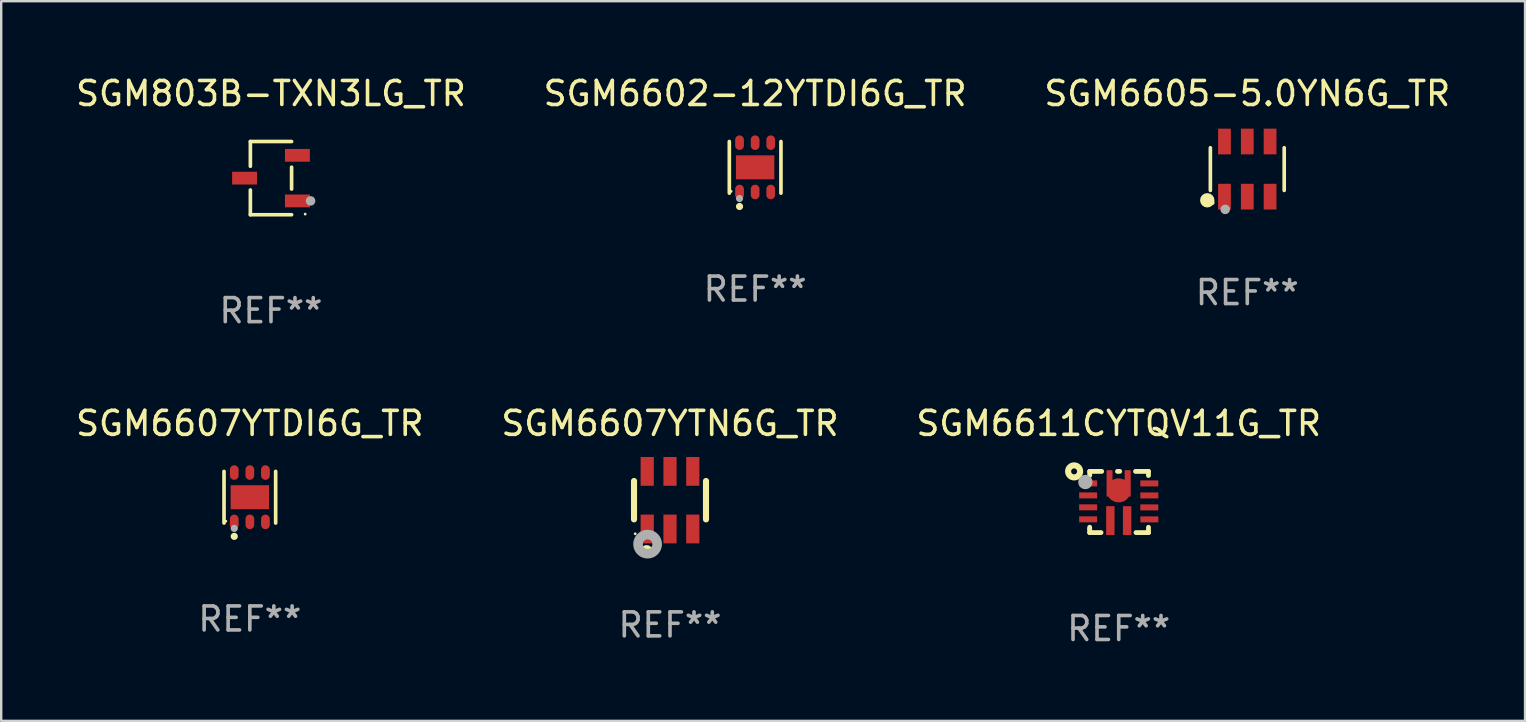
<source format=kicad_pcb>
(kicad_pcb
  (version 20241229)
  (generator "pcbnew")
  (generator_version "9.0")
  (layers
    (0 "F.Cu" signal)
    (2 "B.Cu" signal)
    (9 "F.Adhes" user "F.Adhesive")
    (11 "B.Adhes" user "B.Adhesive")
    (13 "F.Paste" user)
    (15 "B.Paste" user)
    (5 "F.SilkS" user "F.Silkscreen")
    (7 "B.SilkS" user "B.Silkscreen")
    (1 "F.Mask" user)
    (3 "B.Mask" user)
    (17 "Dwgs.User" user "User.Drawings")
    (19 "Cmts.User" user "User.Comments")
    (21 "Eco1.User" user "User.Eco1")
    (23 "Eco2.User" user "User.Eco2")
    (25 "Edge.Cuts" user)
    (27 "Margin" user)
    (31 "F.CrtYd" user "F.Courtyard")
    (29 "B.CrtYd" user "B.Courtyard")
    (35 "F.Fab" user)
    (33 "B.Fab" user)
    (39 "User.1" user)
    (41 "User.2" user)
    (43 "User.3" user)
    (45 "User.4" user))
  (footprint "SGM6605-5.0YN6G_TR"
    (layer "F.Cu")
    (at 48.935 3.997)
    (property "Reference" "SGM6605-5.0YN6G_TR" (at 0 -3.149 0) (layer "F.SilkS") (effects (font (size 1 1) (thickness 0.15))))
    (attr through_hole)
    (fp_line (start -1.539 0.889) (end -1.539 -0.889) (stroke (width 0.152) (type solid)) (layer "F.SilkS"))
    (fp_line (start 1.539 0.889) (end 1.539 -0.889) (stroke (width 0.152) (type solid)) (layer "F.SilkS"))
    (fp_circle (center -1.668 1.301) (end -1.518 1.301) (stroke (width 0.3) (type solid)) (fill no) (layer "F.SilkS"))
    (fp_circle (center -1.463 1.4) (end -1.413 1.4) (stroke (width 0.1) (type solid)) (fill no) (layer "F.SilkS"))
    (fp_circle (center -0.92 1.68) (end -0.82 1.68) (stroke (width 0.2) (type solid)) (fill no) (layer "F.Fab"))
    (fp_text user "REF**" (at 0 5.149 0) (layer "F.Fab") (effects (font (size 1 1) (thickness 0.15))))
    (pad "1" smd rect (at -0.95 1.149) (size 0.532 1.072) (layers "F.Cu" "F.Mask" "F.Paste"))
    (pad "2" smd rect (at 0 1.149) (size 0.532 1.072) (layers "F.Cu" "F.Mask" "F.Paste"))
    (pad "3" smd rect (at 0.95 1.149) (size 0.532 1.072) (layers "F.Cu" "F.Mask" "F.Paste"))
    (pad "4" smd rect (at 0.95 -1.149) (size 0.532 1.072) (layers "F.Cu" "F.Mask" "F.Paste"))
    (pad "5" smd rect (at 0 -1.149) (size 0.532 1.072) (layers "F.Cu" "F.Mask" "F.Paste"))
    (pad "6" smd rect (at -0.95 -1.149) (size 0.532 1.072) (layers "F.Cu" "F.Mask" "F.Paste")))
  (footprint "SGM6607YTN6G_TR"
    (layer "F.Cu")
    (at 24.875 17.797)
    (property "Reference" "SGM6607YTN6G_TR" (at 0 -3.2 0) (layer "F.SilkS") (effects (font (size 1 1) (thickness 0.15))))
    (attr through_hole)
    (fp_line (start -1.5 0.8) (end -1.5 -0.8) (stroke (width 0.254) (type solid)) (layer "F.SilkS"))
    (fp_line (start 1.5 -0.8) (end 1.5 0.8) (stroke (width 0.254) (type solid)) (layer "F.SilkS"))
    (fp_circle (center -1.45 1.4) (end -1.42 1.4) (stroke (width 0.06) (type solid)) (fill no) (layer "F.SilkS"))
    (fp_circle (center -0.975 2.125) (end -0.848 2.125) (stroke (width 0.254) (type solid)) (fill no) (layer "F.SilkS"))
    (fp_circle (center -0.934 1.832) (end -0.735 1.832) (stroke (width 0.4) (type solid)) (fill no) (layer "F.Fab"))
    (fp_text user "REF**" (at 0 5.2 0) (layer "F.Fab") (effects (font (size 1 1) (thickness 0.15))))
    (pad "1" smd rect (at -0.95 1.2) (size 0.55 1.2) (layers "F.Cu" "F.Mask" "F.Paste"))
    (pad "2" smd rect (at 0 1.2) (size 0.55 1.2) (layers "F.Cu" "F.Mask" "F.Paste"))
    (pad "3" smd rect (at 0.95 1.2) (size 0.55 1.2) (layers "F.Cu" "F.Mask" "F.Paste"))
    (pad "4" smd rect (at 0.95 -1.2) (size 0.55 1.2) (layers "F.Cu" "F.Mask" "F.Paste"))
    (pad "5" smd rect (at 0 -1.2) (size 0.55 1.2) (layers "F.Cu" "F.Mask" "F.Paste"))
    (pad "6" smd rect (at -0.95 -1.2) (size 0.55 1.2) (layers "F.Cu" "F.Mask" "F.Paste")))
  (footprint "SGM6611CYTQV11G_TR"
    (layer "F.Cu")
    (at 43.577 17.872)
    (property "Reference" "SGM6611CYTQV11G_TR" (at 0 -3.275 0) (layer "F.SilkS") (effects (font (size 1 1) (thickness 0.15))))
    (attr through_hole)
    (fp_line (start -1.21 -1.275) (end -0.71 -1.275) (stroke (width 0.2) (type solid)) (layer "F.SilkS"))
    (fp_line (start -1.21 -1.104) (end -1.21 -1.275) (stroke (width 0.2) (type solid)) (layer "F.SilkS"))
    (fp_line (start -1.21 1.125) (end -1.21 1.052) (stroke (width 0.2) (type solid)) (layer "F.SilkS"))
    (fp_line (start -1.21 1.275) (end -1.21 1.125) (stroke (width 0.2) (type solid)) (layer "F.SilkS"))
    (fp_line (start -0.739 1.275) (end -1.21 1.275) (stroke (width 0.2) (type solid)) (layer "F.SilkS"))
    (fp_line (start -0.052 -1.275) (end 0.042 -1.275) (stroke (width 0.2) (type solid)) (layer "F.SilkS"))
    (fp_line (start 0.7 -1.275) (end 1.24 -1.275) (stroke (width 0.2) (type solid)) (layer "F.SilkS"))
    (fp_line (start 1.24 -1.275) (end 1.24 -1.103) (stroke (width 0.2) (type solid)) (layer "F.SilkS"))
    (fp_line (start 1.24 1.054) (end 1.24 1.275) (stroke (width 0.2) (type solid)) (layer "F.SilkS"))
    (fp_line (start 1.24 1.275) (end 0.719 1.275) (stroke (width 0.2) (type solid)) (layer "F.SilkS"))
    (fp_circle (center -1.859 -1.275) (end -1.735 -1.275) (stroke (width 0.254) (type solid)) (fill no) (layer "F.SilkS"))
    (fp_circle (center -1.25 -1.025) (end -1.22 -1.025) (stroke (width 0.06) (type solid)) (fill no) (layer "F.SilkS"))
    (fp_circle (center -1.391 -0.831) (end -1.241 -0.831) (stroke (width 0.3) (type solid)) (fill no) (layer "F.Fab"))
    (fp_text user "REF**" (at 0 5.275 0) (layer "F.Fab") (effects (font (size 1 1) (thickness 0.15))))
    (pad "1" smd rect (at -1.275 -0.775) (size 0.75 0.25) (layers "F.Cu" "F.Mask" "F.Paste"))
    (pad "2" smd rect (at -1.275 -0.275) (size 0.75 0.25) (layers "F.Cu" "F.Mask" "F.Paste"))
    (pad "3" smd rect (at -1.275 0.223) (size 0.75 0.25) (layers "F.Cu" "F.Mask" "F.Paste"))
    (pad "4" smd rect (at -1.275 0.723) (size 0.75 0.25) (layers "F.Cu" "F.Mask" "F.Paste"))
    (pad "5" smd rect (at -0.35 0.775) (size 0.35 1.2) (layers "F.Cu" "F.Mask" "F.Paste"))
    (pad "6" smd rect (at 0.35 0.775) (size 0.35 1.2) (layers "F.Cu" "F.Mask" "F.Paste"))
    (pad "7" smd rect (at 1.275 0.725) (size 0.75 0.25) (layers "F.Cu" "F.Mask" "F.Paste"))
    (pad "8" smd rect (at 1.275 0.225) (size 0.75 0.25) (layers "F.Cu" "F.Mask" "F.Paste"))
    (pad "9" smd rect (at 1.275 -0.273) (size 0.75 0.25) (layers "F.Cu" "F.Mask" "F.Paste"))
    (pad "10" smd rect (at 1.275 -0.774) (size 0.75 0.25) (layers "F.Cu" "F.Mask" "F.Paste"))
    (pad "11" smd custom (at -0.003 -0.484) (size 1.006 1.101) (layers "F.Cu" "F.Mask" "F.Paste") (options (anchor circle)) (primitives (gr_poly (pts (xy 0.503 -0.841) (xy 0.503 0.259) (xy -0.503 0.259) (xy -0.503 -0.842) (xy -0.253 -0.842) (xy -0.256 -0.84) (xy -0.256 -0.259) (xy 0.249 -0.259) (xy 0.25 -0.843) (xy 0.503 -0.841)) (width 0) (fill yes)))))
  (footprint "SGM6602-12YTDI6G_TR"
    (layer "F.Cu")
    (at 28.423 3.924)
    (property "Reference" "SGM6602-12YTDI6G_TR" (at 0 -3.076 0) (layer "F.SilkS") (effects (font (size 1 1) (thickness 0.15))))
    (attr through_hole)
    (fp_line (start -1.076 1.076) (end -1.076 -1.076) (stroke (width 0.152) (type solid)) (layer "F.SilkS"))
    (fp_line (start 1.076 1.076) (end 1.076 -1.076) (stroke (width 0.152) (type solid)) (layer "F.SilkS"))
    (fp_circle (center -1 1) (end -0.97 1) (stroke (width 0.06) (type solid)) (fill no) (layer "F.SilkS"))
    (fp_circle (center -0.65 1.632) (end -0.575 1.632) (stroke (width 0.15) (type solid)) (fill no) (layer "F.SilkS"))
    (fp_circle (center -0.65 1.3) (end -0.575 1.3) (stroke (width 0.15) (type solid)) (fill no) (layer "F.Fab"))
    (fp_text user "REF**" (at 0 5.076 0) (layer "F.Fab") (effects (font (size 1 1) (thickness 0.15))))
    (pad "1" smd oval (at -0.65 1.028) (size 0.364 0.607) (layers "F.Cu" "F.Mask" "F.Paste"))
    (pad "2" smd oval (at 0 1.028) (size 0.364 0.607) (layers "F.Cu" "F.Mask" "F.Paste"))
    (pad "3" smd oval (at 0.65 1.028) (size 0.364 0.607) (layers "F.Cu" "F.Mask" "F.Paste"))
    (pad "4" smd oval (at 0.65 -1.028) (size 0.364 0.607) (layers "F.Cu" "F.Mask" "F.Paste"))
    (pad "5" smd oval (at 0 -1.028) (size 0.364 0.607) (layers "F.Cu" "F.Mask" "F.Paste"))
    (pad "6" smd oval (at -0.65 -1.028) (size 0.364 0.607) (layers "F.Cu" "F.Mask" "F.Paste"))
    (pad "7" smd rect (at 0 0) (size 1.6 1) (layers "F.Cu" "F.Mask" "F.Paste")))
  (footprint "SGM803B-TXN3LG_TR"
    (layer "F.Cu")
    (at 8.244 4.374)
    (property "Reference" "SGM803B-TXN3LG_TR" (at 0 -3.526 0) (layer "F.SilkS") (effects (font (size 1 1) (thickness 0.15))))
    (attr through_hole)
    (fp_line (start -0.859 -1.526) (end -0.859 -0.495) (stroke (width 0.152) (type solid)) (layer "F.SilkS"))
    (fp_line (start -0.859 1.526) (end -0.859 0.495) (stroke (width 0.152) (type solid)) (layer "F.SilkS"))
    (fp_line (start 0.859 -1.526) (end -0.859 -1.526) (stroke (width 0.152) (type solid)) (layer "F.SilkS"))
    (fp_line (start 0.859 -0.455) (end 0.859 0.455) (stroke (width 0.152) (type solid)) (layer "F.SilkS"))
    (fp_line (start 0.859 1.526) (end -0.859 1.526) (stroke (width 0.152) (type solid)) (layer "F.SilkS"))
    (fp_circle (center 1.425 1.5) (end 1.455 1.5) (stroke (width 0.06) (type solid)) (fill no) (layer "F.SilkS"))
    (fp_circle (center 1.65 0.95) (end 1.75 0.95) (stroke (width 0.2) (type solid)) (fill no) (layer "F.Fab"))
    (fp_text user "REF**" (at 0 5.526 0) (layer "F.Fab") (effects (font (size 1 1) (thickness 0.15))))
    (pad "1" smd rect (at 1.101 0.95) (size 1.037 0.532) (layers "F.Cu" "F.Mask" "F.Paste"))
    (pad "2" smd rect (at 1.101 -0.95) (size 1.037 0.532) (layers "F.Cu" "F.Mask" "F.Paste"))
    (pad "3" smd rect (at -1.101 0) (size 1.037 0.532) (layers "F.Cu" "F.Mask" "F.Paste")))
  (footprint "SGM6607YTDI6G_TR"
    (layer "F.Cu")
    (at 7.363 17.673)
    (property "Reference" "SGM6607YTDI6G_TR" (at 0 -3.076 0) (layer "F.SilkS") (effects (font (size 1 1) (thickness 0.15))))
    (attr through_hole)
    (fp_line (start -1.076 1.076) (end -1.076 -1.076) (stroke (width 0.152) (type solid)) (layer "F.SilkS"))
    (fp_line (start 1.076 1.076) (end 1.076 -1.076) (stroke (width 0.152) (type solid)) (layer "F.SilkS"))
    (fp_circle (center -1 1) (end -0.97 1) (stroke (width 0.06) (type solid)) (fill no) (layer "F.SilkS"))
    (fp_circle (center -0.65 1.632) (end -0.575 1.632) (stroke (width 0.15) (type solid)) (fill no) (layer "F.SilkS"))
    (fp_circle (center -0.65 1.3) (end -0.575 1.3) (stroke (width 0.15) (type solid)) (fill no) (layer "F.Fab"))
    (fp_text user "REF**" (at 0 5.076 0) (layer "F.Fab") (effects (font (size 1 1) (thickness 0.15))))
    (pad "1" smd oval (at -0.65 1.028) (size 0.364 0.607) (layers "F.Cu" "F.Mask" "F.Paste"))
    (pad "2" smd oval (at 0 1.028) (size 0.364 0.607) (layers "F.Cu" "F.Mask" "F.Paste"))
    (pad "3" smd oval (at 0.65 1.028) (size 0.364 0.607) (layers "F.Cu" "F.Mask" "F.Paste"))
    (pad "4" smd oval (at 0.65 -1.028) (size 0.364 0.607) (layers "F.Cu" "F.Mask" "F.Paste"))
    (pad "5" smd oval (at 0 -1.028) (size 0.364 0.607) (layers "F.Cu" "F.Mask" "F.Paste"))
    (pad "6" smd oval (at -0.65 -1.028) (size 0.364 0.607) (layers "F.Cu" "F.Mask" "F.Paste"))
    (pad "7" smd rect (at 0 0) (size 1.6 1) (layers "F.Cu" "F.Mask" "F.Paste")))
  (gr_rect
    (start -3 -3)
    (end 60.512 26.995)
    (stroke (width 0.1) (type default))
    (fill no)
    (layer "Edge.Cuts")))
</source>
